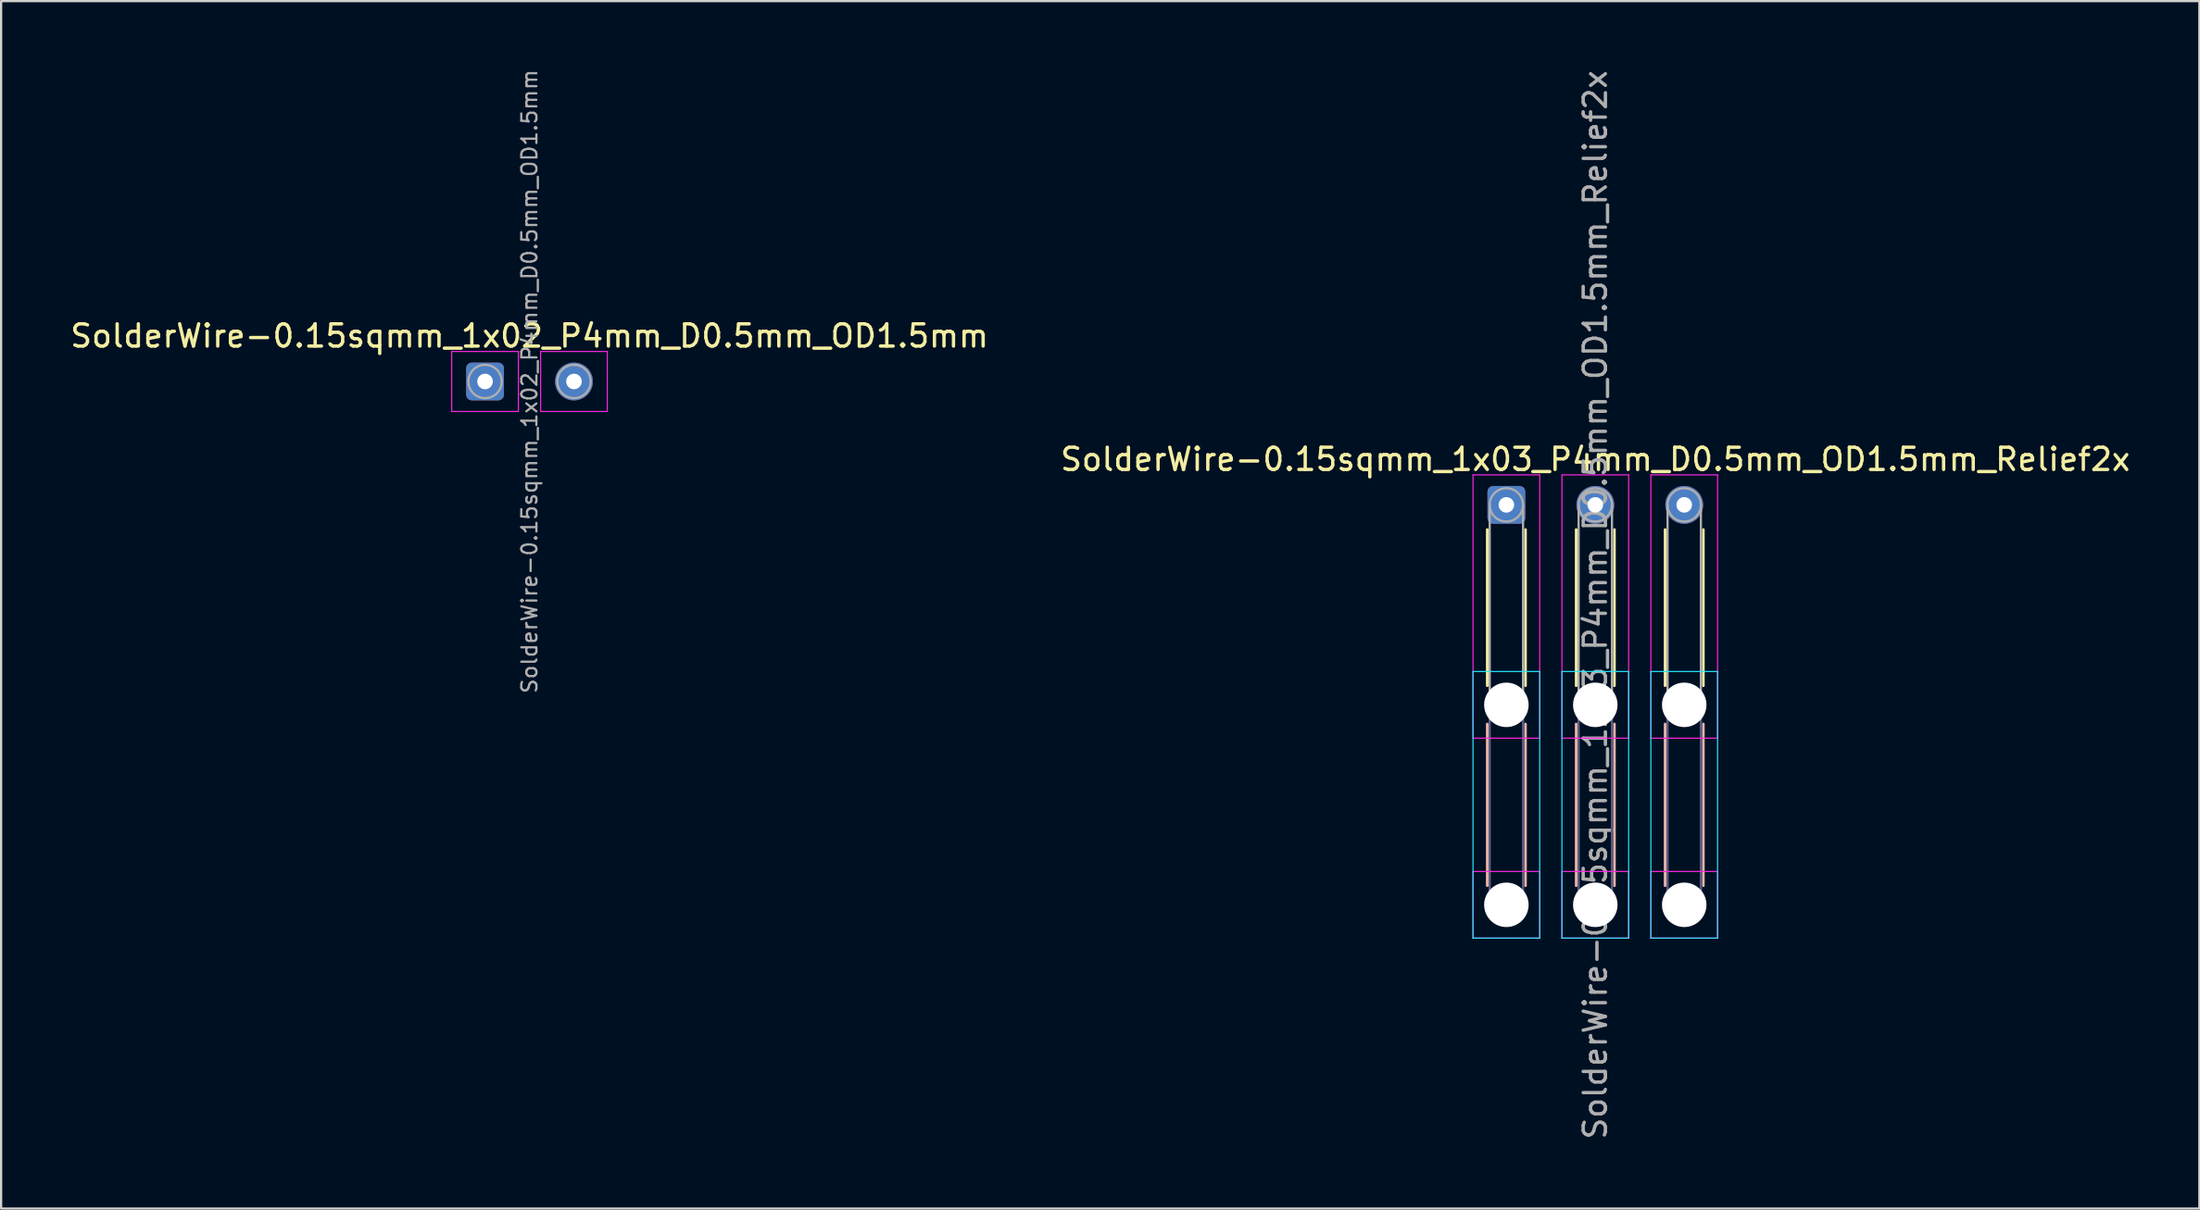
<source format=kicad_pcb>
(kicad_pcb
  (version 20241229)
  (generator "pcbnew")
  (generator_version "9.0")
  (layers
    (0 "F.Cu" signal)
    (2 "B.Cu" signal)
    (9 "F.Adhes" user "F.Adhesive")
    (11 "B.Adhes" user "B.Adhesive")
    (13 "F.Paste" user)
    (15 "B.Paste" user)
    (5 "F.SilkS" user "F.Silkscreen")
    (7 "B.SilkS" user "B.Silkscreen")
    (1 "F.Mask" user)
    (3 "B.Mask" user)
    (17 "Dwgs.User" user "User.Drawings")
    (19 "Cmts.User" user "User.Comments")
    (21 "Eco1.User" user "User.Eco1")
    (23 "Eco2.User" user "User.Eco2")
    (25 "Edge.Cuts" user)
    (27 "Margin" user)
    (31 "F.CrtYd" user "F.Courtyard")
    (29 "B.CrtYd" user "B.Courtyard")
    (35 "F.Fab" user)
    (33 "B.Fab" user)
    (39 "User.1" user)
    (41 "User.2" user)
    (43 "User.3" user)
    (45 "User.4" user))
  (footprint "SolderWire-0.15sqmm_1x02_P4mm_D0.5mm_OD1.5mm"
    (layer "F.Cu")
    (at 18.768 14.119)
    (property "Reference" "SolderWire-0.15sqmm_1x02_P4mm_D0.5mm_OD1.5mm" (at 2 -2.05 0) (layer "F.SilkS") (effects (font (size 1 1) (thickness 0.15))))
    (attr exclude_from_pos_files exclude_from_bom)
    (fp_line (start -1.5 -1.35) (end -1.5 1.35) (stroke (width 0.05) (type solid)) (layer "F.CrtYd"))
    (fp_line (start -1.5 1.35) (end 1.5 1.35) (stroke (width 0.05) (type solid)) (layer "F.CrtYd"))
    (fp_line (start 1.5 -1.35) (end -1.5 -1.35) (stroke (width 0.05) (type solid)) (layer "F.CrtYd"))
    (fp_line (start 1.5 1.35) (end 1.5 -1.35) (stroke (width 0.05) (type solid)) (layer "F.CrtYd"))
    (fp_line (start 2.5 -1.35) (end 2.5 1.35) (stroke (width 0.05) (type solid)) (layer "F.CrtYd"))
    (fp_line (start 2.5 1.35) (end 5.5 1.35) (stroke (width 0.05) (type solid)) (layer "F.CrtYd"))
    (fp_line (start 5.5 -1.35) (end 2.5 -1.35) (stroke (width 0.05) (type solid)) (layer "F.CrtYd"))
    (fp_line (start 5.5 1.35) (end 5.5 -1.35) (stroke (width 0.05) (type solid)) (layer "F.CrtYd"))
    (fp_circle (center 0 0) (end 0.75 0) (stroke (width 0.1) (type solid)) (fill no) (layer "F.Fab"))
    (fp_circle (center 4 0) (end 4.75 0) (stroke (width 0.1) (type solid)) (fill no) (layer "F.Fab"))
    (fp_text user "${REFERENCE}" (at 2 0 90) (layer "F.Fab") (effects (font (size 0.68 0.68) (thickness 0.1))))
    (pad "1" thru_hole roundrect (at 0 0) (size 1.7 1.7) (drill 0.7) (layers "*.Cu" "*.Mask") (roundrect_rratio 0.147))
    (pad "2" thru_hole circle (at 4 0) (size 1.7 1.7) (drill 0.7) (layers "*.Cu" "*.Mask")))
  (footprint "SolderWire-0.15sqmm_1x03_P4mm_D0.5mm_OD1.5mm_Relief2x"
    (layer "F.Cu")
    (at 64.708 19.673)
    (property "Reference" "SolderWire-0.15sqmm_1x03_P4mm_D0.5mm_OD1.5mm_Relief2x" (at 4 -2.05 0) (layer "F.SilkS") (effects (font (size 1 1) (thickness 0.15))))
    (attr exclude_from_pos_files exclude_from_bom)
    (fp_line (start -0.86 1.11) (end -0.86 8.14) (stroke (width 0.12) (type solid)) (layer "F.SilkS"))
    (fp_line (start 0.86 1.11) (end 0.86 8.14) (stroke (width 0.12) (type solid)) (layer "F.SilkS"))
    (fp_line (start 3.14 1.11) (end 3.14 8.14) (stroke (width 0.12) (type solid)) (layer "F.SilkS"))
    (fp_line (start 4.86 1.11) (end 4.86 8.14) (stroke (width 0.12) (type solid)) (layer "F.SilkS"))
    (fp_line (start 7.14 1.11) (end 7.14 8.14) (stroke (width 0.12) (type solid)) (layer "F.SilkS"))
    (fp_line (start 8.86 1.11) (end 8.86 8.14) (stroke (width 0.12) (type solid)) (layer "F.SilkS"))
    (fp_line (start -0.86 9.86) (end -0.86 17.14) (stroke (width 0.12) (type solid)) (layer "B.SilkS"))
    (fp_line (start 0.86 9.86) (end 0.86 17.14) (stroke (width 0.12) (type solid)) (layer "B.SilkS"))
    (fp_line (start 3.14 9.86) (end 3.14 17.14) (stroke (width 0.12) (type solid)) (layer "B.SilkS"))
    (fp_line (start 4.86 9.86) (end 4.86 17.14) (stroke (width 0.12) (type solid)) (layer "B.SilkS"))
    (fp_line (start 7.14 9.86) (end 7.14 17.14) (stroke (width 0.12) (type solid)) (layer "B.SilkS"))
    (fp_line (start 8.86 9.86) (end 8.86 17.14) (stroke (width 0.12) (type solid)) (layer "B.SilkS"))
    (fp_line (start -1.5 7.5) (end -1.5 19.5) (stroke (width 0.05) (type solid)) (layer "B.CrtYd"))
    (fp_line (start -1.5 19.5) (end 1.5 19.5) (stroke (width 0.05) (type solid)) (layer "B.CrtYd"))
    (fp_line (start 1.5 7.5) (end -1.5 7.5) (stroke (width 0.05) (type solid)) (layer "B.CrtYd"))
    (fp_line (start 1.5 19.5) (end 1.5 7.5) (stroke (width 0.05) (type solid)) (layer "B.CrtYd"))
    (fp_line (start 2.5 7.5) (end 2.5 19.5) (stroke (width 0.05) (type solid)) (layer "B.CrtYd"))
    (fp_line (start 2.5 19.5) (end 5.5 19.5) (stroke (width 0.05) (type solid)) (layer "B.CrtYd"))
    (fp_line (start 5.5 7.5) (end 2.5 7.5) (stroke (width 0.05) (type solid)) (layer "B.CrtYd"))
    (fp_line (start 5.5 19.5) (end 5.5 7.5) (stroke (width 0.05) (type solid)) (layer "B.CrtYd"))
    (fp_line (start 6.5 7.5) (end 6.5 19.5) (stroke (width 0.05) (type solid)) (layer "B.CrtYd"))
    (fp_line (start 6.5 19.5) (end 9.5 19.5) (stroke (width 0.05) (type solid)) (layer "B.CrtYd"))
    (fp_line (start 9.5 7.5) (end 6.5 7.5) (stroke (width 0.05) (type solid)) (layer "B.CrtYd"))
    (fp_line (start 9.5 19.5) (end 9.5 7.5) (stroke (width 0.05) (type solid)) (layer "B.CrtYd"))
    (fp_line (start -1.5 -1.35) (end -1.5 10.5) (stroke (width 0.05) (type solid)) (layer "F.CrtYd"))
    (fp_line (start -1.5 10.5) (end 1.5 10.5) (stroke (width 0.05) (type solid)) (layer "F.CrtYd"))
    (fp_line (start -1.5 16.5) (end -1.5 19.5) (stroke (width 0.05) (type solid)) (layer "F.CrtYd"))
    (fp_line (start -1.5 19.5) (end 1.5 19.5) (stroke (width 0.05) (type solid)) (layer "F.CrtYd"))
    (fp_line (start 1.5 -1.35) (end -1.5 -1.35) (stroke (width 0.05) (type solid)) (layer "F.CrtYd"))
    (fp_line (start 1.5 10.5) (end 1.5 -1.35) (stroke (width 0.05) (type solid)) (layer "F.CrtYd"))
    (fp_line (start 1.5 16.5) (end -1.5 16.5) (stroke (width 0.05) (type solid)) (layer "F.CrtYd"))
    (fp_line (start 1.5 19.5) (end 1.5 16.5) (stroke (width 0.05) (type solid)) (layer "F.CrtYd"))
    (fp_line (start 2.5 -1.35) (end 2.5 10.5) (stroke (width 0.05) (type solid)) (layer "F.CrtYd"))
    (fp_line (start 2.5 10.5) (end 5.5 10.5) (stroke (width 0.05) (type solid)) (layer "F.CrtYd"))
    (fp_line (start 2.5 16.5) (end 2.5 19.5) (stroke (width 0.05) (type solid)) (layer "F.CrtYd"))
    (fp_line (start 2.5 19.5) (end 5.5 19.5) (stroke (width 0.05) (type solid)) (layer "F.CrtYd"))
    (fp_line (start 5.5 -1.35) (end 2.5 -1.35) (stroke (width 0.05) (type solid)) (layer "F.CrtYd"))
    (fp_line (start 5.5 10.5) (end 5.5 -1.35) (stroke (width 0.05) (type solid)) (layer "F.CrtYd"))
    (fp_line (start 5.5 16.5) (end 2.5 16.5) (stroke (width 0.05) (type solid)) (layer "F.CrtYd"))
    (fp_line (start 5.5 19.5) (end 5.5 16.5) (stroke (width 0.05) (type solid)) (layer "F.CrtYd"))
    (fp_line (start 6.5 -1.35) (end 6.5 10.5) (stroke (width 0.05) (type solid)) (layer "F.CrtYd"))
    (fp_line (start 6.5 10.5) (end 9.5 10.5) (stroke (width 0.05) (type solid)) (layer "F.CrtYd"))
    (fp_line (start 6.5 16.5) (end 6.5 19.5) (stroke (width 0.05) (type solid)) (layer "F.CrtYd"))
    (fp_line (start 6.5 19.5) (end 9.5 19.5) (stroke (width 0.05) (type solid)) (layer "F.CrtYd"))
    (fp_line (start 9.5 -1.35) (end 6.5 -1.35) (stroke (width 0.05) (type solid)) (layer "F.CrtYd"))
    (fp_line (start 9.5 10.5) (end 9.5 -1.35) (stroke (width 0.05) (type solid)) (layer "F.CrtYd"))
    (fp_line (start 9.5 16.5) (end 6.5 16.5) (stroke (width 0.05) (type solid)) (layer "F.CrtYd"))
    (fp_line (start 9.5 19.5) (end 9.5 16.5) (stroke (width 0.05) (type solid)) (layer "F.CrtYd"))
    (fp_line (start -0.75 9) (end -0.75 18) (stroke (width 0.1) (type solid)) (layer "B.Fab"))
    (fp_line (start 0.75 9) (end 0.75 18) (stroke (width 0.1) (type solid)) (layer "B.Fab"))
    (fp_line (start 3.25 9) (end 3.25 18) (stroke (width 0.1) (type solid)) (layer "B.Fab"))
    (fp_line (start 4.75 9) (end 4.75 18) (stroke (width 0.1) (type solid)) (layer "B.Fab"))
    (fp_line (start 7.25 9) (end 7.25 18) (stroke (width 0.1) (type solid)) (layer "B.Fab"))
    (fp_line (start 8.75 9) (end 8.75 18) (stroke (width 0.1) (type solid)) (layer "B.Fab"))
    (fp_circle (center 0 9) (end 0.75 9) (stroke (width 0.1) (type solid)) (fill no) (layer "B.Fab"))
    (fp_circle (center 0 18) (end 0.75 18) (stroke (width 0.1) (type solid)) (fill no) (layer "B.Fab"))
    (fp_circle (center 4 9) (end 4.75 9) (stroke (width 0.1) (type solid)) (fill no) (layer "B.Fab"))
    (fp_circle (center 4 18) (end 4.75 18) (stroke (width 0.1) (type solid)) (fill no) (layer "B.Fab"))
    (fp_circle (center 8 9) (end 8.75 9) (stroke (width 0.1) (type solid)) (fill no) (layer "B.Fab"))
    (fp_circle (center 8 18) (end 8.75 18) (stroke (width 0.1) (type solid)) (fill no) (layer "B.Fab"))
    (fp_line (start -0.75 0) (end -0.75 9) (stroke (width 0.1) (type solid)) (layer "F.Fab"))
    (fp_line (start 0.75 0) (end 0.75 9) (stroke (width 0.1) (type solid)) (layer "F.Fab"))
    (fp_line (start 3.25 0) (end 3.25 9) (stroke (width 0.1) (type solid)) (layer "F.Fab"))
    (fp_line (start 4.75 0) (end 4.75 9) (stroke (width 0.1) (type solid)) (layer "F.Fab"))
    (fp_line (start 7.25 0) (end 7.25 9) (stroke (width 0.1) (type solid)) (layer "F.Fab"))
    (fp_line (start 8.75 0) (end 8.75 9) (stroke (width 0.1) (type solid)) (layer "F.Fab"))
    (fp_circle (center 0 0) (end 0.75 0) (stroke (width 0.1) (type solid)) (fill no) (layer "F.Fab"))
    (fp_circle (center 0 9) (end 0.75 9) (stroke (width 0.1) (type solid)) (fill no) (layer "F.Fab"))
    (fp_circle (center 0 18) (end 0.75 18) (stroke (width 0.1) (type solid)) (fill no) (layer "F.Fab"))
    (fp_circle (center 4 0) (end 4.75 0) (stroke (width 0.1) (type solid)) (fill no) (layer "F.Fab"))
    (fp_circle (center 4 9) (end 4.75 9) (stroke (width 0.1) (type solid)) (fill no) (layer "F.Fab"))
    (fp_circle (center 4 18) (end 4.75 18) (stroke (width 0.1) (type solid)) (fill no) (layer "F.Fab"))
    (fp_circle (center 8 0) (end 8.75 0) (stroke (width 0.1) (type solid)) (fill no) (layer "F.Fab"))
    (fp_circle (center 8 9) (end 8.75 9) (stroke (width 0.1) (type solid)) (fill no) (layer "F.Fab"))
    (fp_circle (center 8 18) (end 8.75 18) (stroke (width 0.1) (type solid)) (fill no) (layer "F.Fab"))
    (fp_text user "${REFERENCE}" (at 4 4.5 90) (layer "F.Fab") (effects (font (size 1 1) (thickness 0.15))))
    (pad "" np_thru_hole circle (at 0 9) (size 2 2) (drill 2) (layers "*.Cu" "*.Mask"))
    (pad "" np_thru_hole circle (at 0 18) (size 2 2) (drill 2) (layers "*.Cu" "*.Mask"))
    (pad "" np_thru_hole circle (at 4 9) (size 2 2) (drill 2) (layers "*.Cu" "*.Mask"))
    (pad "" np_thru_hole circle (at 4 18) (size 2 2) (drill 2) (layers "*.Cu" "*.Mask"))
    (pad "" np_thru_hole circle (at 8 9) (size 2 2) (drill 2) (layers "*.Cu" "*.Mask"))
    (pad "" np_thru_hole circle (at 8 18) (size 2 2) (drill 2) (layers "*.Cu" "*.Mask"))
    (pad "1" thru_hole roundrect (at 0 0) (size 1.7 1.7) (drill 0.7) (layers "*.Cu" "*.Mask") (roundrect_rratio 0.147))
    (pad "2" thru_hole circle (at 4 0) (size 1.7 1.7) (drill 0.7) (layers "*.Cu" "*.Mask"))
    (pad "3" thru_hole circle (at 8 0) (size 1.7 1.7) (drill 0.7) (layers "*.Cu" "*.Mask")))
  (gr_rect
    (start -3 -3)
    (end 95.881 51.345)
    (stroke (width 0.1) (type default))
    (fill no)
    (layer "Edge.Cuts")))
</source>
